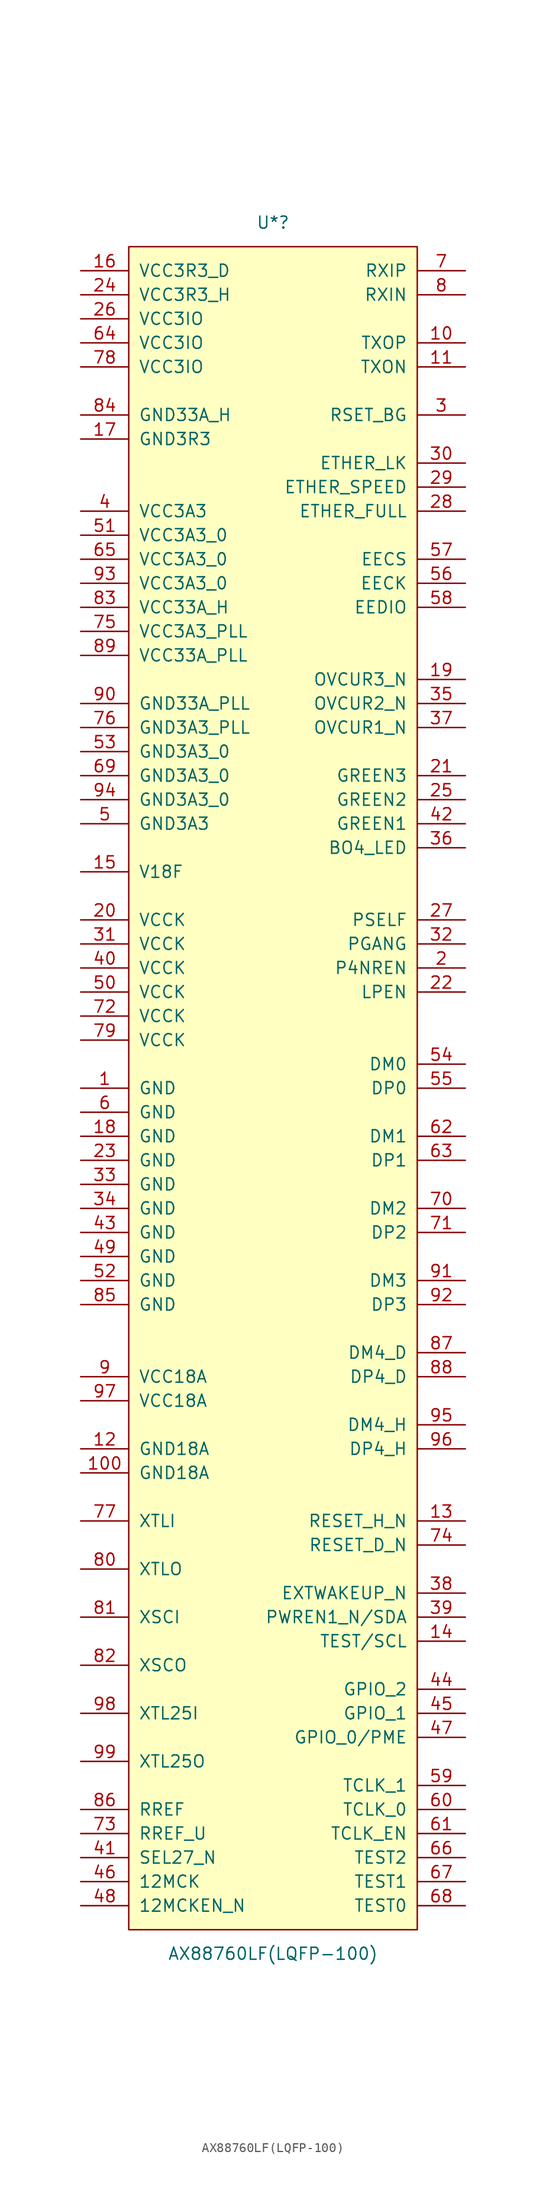
<source format=kicad_sym>
(kicad_symbol_lib
  (version 20220914)
  (generator kicad_symbol_editor)
  (symbol "AX88760LF(LQFP-100)"
    (pin_names
      (offset 1.016))
    (property "Reference" "U*"
      (at 0 91.44 0)
      (effects (font (size 1.27 1.27))))
    (property "Value" "AX88760LF(LQFP-100)"
      (at 0 -91.44 0)
      (effects (font (size 1.27 1.27))))
    (symbol "AX88760LF(LQFP-100)_0_1"
      (rectangle (start -15.24 88.9) (end 15.24 -88.9) (stroke (width 0) (type solid)) (fill (type background))))
    (symbol "AX88760LF(LQFP-100)_1_1"
      (pin power_in line (at -20.32 0 0) (length 5.08) (name "GND" (effects (font (size 1.27 1.27)))) (number "1" (effects (font (size 1.27 1.27)))))
      (pin output line (at 20.32 78.74 180) (length 5.08) (name "TXOP" (effects (font (size 1.27 1.27)))) (number "10" (effects (font (size 1.27 1.27)))))
      (pin power_in line (at -20.32 -40.64 0) (length 5.08) (name "GND18A" (effects (font (size 1.27 1.27)))) (number "100" (effects (font (size 1.27 1.27)))))
      (pin output line (at 20.32 76.2 180) (length 5.08) (name "TXON" (effects (font (size 1.27 1.27)))) (number "11" (effects (font (size 1.27 1.27)))))
      (pin power_in line (at -20.32 -38.1 0) (length 5.08) (name "GND18A" (effects (font (size 1.27 1.27)))) (number "12" (effects (font (size 1.27 1.27)))))
      (pin input line (at 20.32 -45.72 180) (length 5.08) (name "RESET_H_N" (effects (font (size 1.27 1.27)))) (number "13" (effects (font (size 1.27 1.27)))))
      (pin input line (at 20.32 -58.42 180) (length 5.08) (name "TEST/SCL" (effects (font (size 1.27 1.27)))) (number "14" (effects (font (size 1.27 1.27)))))
      (pin power_in line (at -20.32 22.86 0) (length 5.08) (name "V18F" (effects (font (size 1.27 1.27)))) (number "15" (effects (font (size 1.27 1.27)))))
      (pin power_in line (at -20.32 86.36 0) (length 5.08) (name "VCC3R3_D" (effects (font (size 1.27 1.27)))) (number "16" (effects (font (size 1.27 1.27)))))
      (pin power_in line (at -20.32 68.58 0) (length 5.08) (name "GND3R3" (effects (font (size 1.27 1.27)))) (number "17" (effects (font (size 1.27 1.27)))))
      (pin power_in line (at -20.32 -5.08 0) (length 5.08) (name "GND" (effects (font (size 1.27 1.27)))) (number "18" (effects (font (size 1.27 1.27)))))
      (pin output line (at 20.32 43.18 180) (length 5.08) (name "OVCUR3_N" (effects (font (size 1.27 1.27)))) (number "19" (effects (font (size 1.27 1.27)))))
      (pin input line (at 20.32 12.7 180) (length 5.08) (name "P4NREN" (effects (font (size 1.27 1.27)))) (number "2" (effects (font (size 1.27 1.27)))))
      (pin power_in line (at -20.32 17.78 0) (length 5.08) (name "VCCK" (effects (font (size 1.27 1.27)))) (number "20" (effects (font (size 1.27 1.27)))))
      (pin output line (at 20.32 33.02 180) (length 5.08) (name "GREEN3" (effects (font (size 1.27 1.27)))) (number "21" (effects (font (size 1.27 1.27)))))
      (pin input line (at 20.32 10.16 180) (length 5.08) (name "LPEN" (effects (font (size 1.27 1.27)))) (number "22" (effects (font (size 1.27 1.27)))))
      (pin power_in line (at -20.32 -7.62 0) (length 5.08) (name "GND" (effects (font (size 1.27 1.27)))) (number "23" (effects (font (size 1.27 1.27)))))
      (pin power_in line (at -20.32 83.82 0) (length 5.08) (name "VCC3R3_H" (effects (font (size 1.27 1.27)))) (number "24" (effects (font (size 1.27 1.27)))))
      (pin output line (at 20.32 30.48 180) (length 5.08) (name "GREEN2" (effects (font (size 1.27 1.27)))) (number "25" (effects (font (size 1.27 1.27)))))
      (pin power_in line (at -20.32 81.28 0) (length 5.08) (name "VCC3IO" (effects (font (size 1.27 1.27)))) (number "26" (effects (font (size 1.27 1.27)))))
      (pin input line (at 20.32 17.78 180) (length 5.08) (name "PSELF" (effects (font (size 1.27 1.27)))) (number "27" (effects (font (size 1.27 1.27)))))
      (pin input line (at 20.32 60.96 180) (length 5.08) (name "ETHER_FULL" (effects (font (size 1.27 1.27)))) (number "28" (effects (font (size 1.27 1.27)))))
      (pin input line (at 20.32 63.5 180) (length 5.08) (name "ETHER_SPEED" (effects (font (size 1.27 1.27)))) (number "29" (effects (font (size 1.27 1.27)))))
      (pin input line (at 20.32 71.12 180) (length 5.08) (name "RSET_BG" (effects (font (size 1.27 1.27)))) (number "3" (effects (font (size 1.27 1.27)))))
      (pin input line (at 20.32 66.04 180) (length 5.08) (name "ETHER_LK" (effects (font (size 1.27 1.27)))) (number "30" (effects (font (size 1.27 1.27)))))
      (pin power_in line (at -20.32 15.24 0) (length 5.08) (name "VCCK" (effects (font (size 1.27 1.27)))) (number "31" (effects (font (size 1.27 1.27)))))
      (pin input line (at 20.32 15.24 180) (length 5.08) (name "PGANG" (effects (font (size 1.27 1.27)))) (number "32" (effects (font (size 1.27 1.27)))))
      (pin power_in line (at -20.32 -10.16 0) (length 5.08) (name "GND" (effects (font (size 1.27 1.27)))) (number "33" (effects (font (size 1.27 1.27)))))
      (pin power_in line (at -20.32 -12.7 0) (length 5.08) (name "GND" (effects (font (size 1.27 1.27)))) (number "34" (effects (font (size 1.27 1.27)))))
      (pin output line (at 20.32 40.64 180) (length 5.08) (name "OVCUR2_N" (effects (font (size 1.27 1.27)))) (number "35" (effects (font (size 1.27 1.27)))))
      (pin output line (at 20.32 25.4 180) (length 5.08) (name "BO4_LED" (effects (font (size 1.27 1.27)))) (number "36" (effects (font (size 1.27 1.27)))))
      (pin output line (at 20.32 38.1 180) (length 5.08) (name "OVCUR1_N" (effects (font (size 1.27 1.27)))) (number "37" (effects (font (size 1.27 1.27)))))
      (pin input line (at 20.32 -53.34 180) (length 5.08) (name "EXTWAKEUP_N" (effects (font (size 1.27 1.27)))) (number "38" (effects (font (size 1.27 1.27)))))
      (pin bidirectional line (at 20.32 -55.88 180) (length 5.08) (name "PWREN1_N/SDA" (effects (font (size 1.27 1.27)))) (number "39" (effects (font (size 1.27 1.27)))))
      (pin power_in line (at -20.32 60.96 0) (length 5.08) (name "VCC3A3" (effects (font (size 1.27 1.27)))) (number "4" (effects (font (size 1.27 1.27)))))
      (pin power_in line (at -20.32 12.7 0) (length 5.08) (name "VCCK" (effects (font (size 1.27 1.27)))) (number "40" (effects (font (size 1.27 1.27)))))
      (pin input line (at -20.32 -81.28 0) (length 5.08) (name "SEL27_N" (effects (font (size 1.27 1.27)))) (number "41" (effects (font (size 1.27 1.27)))))
      (pin output line (at 20.32 27.94 180) (length 5.08) (name "GREEN1" (effects (font (size 1.27 1.27)))) (number "42" (effects (font (size 1.27 1.27)))))
      (pin power_in line (at -20.32 -15.24 0) (length 5.08) (name "GND" (effects (font (size 1.27 1.27)))) (number "43" (effects (font (size 1.27 1.27)))))
      (pin bidirectional line (at 20.32 -63.5 180) (length 5.08) (name "GPIO_2" (effects (font (size 1.27 1.27)))) (number "44" (effects (font (size 1.27 1.27)))))
      (pin bidirectional line (at 20.32 -66.04 180) (length 5.08) (name "GPIO_1" (effects (font (size 1.27 1.27)))) (number "45" (effects (font (size 1.27 1.27)))))
      (pin input line (at -20.32 -83.82 0) (length 5.08) (name "12MCK" (effects (font (size 1.27 1.27)))) (number "46" (effects (font (size 1.27 1.27)))))
      (pin bidirectional line (at 20.32 -68.58 180) (length 5.08) (name "GPIO_0/PME" (effects (font (size 1.27 1.27)))) (number "47" (effects (font (size 1.27 1.27)))))
      (pin input line (at -20.32 -86.36 0) (length 5.08) (name "12MCKEN_N" (effects (font (size 1.27 1.27)))) (number "48" (effects (font (size 1.27 1.27)))))
      (pin power_in line (at -20.32 -17.78 0) (length 5.08) (name "GND" (effects (font (size 1.27 1.27)))) (number "49" (effects (font (size 1.27 1.27)))))
      (pin power_in line (at -20.32 27.94 0) (length 5.08) (name "GND3A3" (effects (font (size 1.27 1.27)))) (number "5" (effects (font (size 1.27 1.27)))))
      (pin power_in line (at -20.32 10.16 0) (length 5.08) (name "VCCK" (effects (font (size 1.27 1.27)))) (number "50" (effects (font (size 1.27 1.27)))))
      (pin power_in line (at -20.32 58.42 0) (length 5.08) (name "VCC3A3_0" (effects (font (size 1.27 1.27)))) (number "51" (effects (font (size 1.27 1.27)))))
      (pin power_in line (at -20.32 -20.32 0) (length 5.08) (name "GND" (effects (font (size 1.27 1.27)))) (number "52" (effects (font (size 1.27 1.27)))))
      (pin power_in line (at -20.32 35.56 0) (length 5.08) (name "GND3A3_0" (effects (font (size 1.27 1.27)))) (number "53" (effects (font (size 1.27 1.27)))))
      (pin bidirectional line (at 20.32 2.54 180) (length 5.08) (name "DM0" (effects (font (size 1.27 1.27)))) (number "54" (effects (font (size 1.27 1.27)))))
      (pin bidirectional line (at 20.32 0 180) (length 5.08) (name "DP0" (effects (font (size 1.27 1.27)))) (number "55" (effects (font (size 1.27 1.27)))))
      (pin output line (at 20.32 53.34 180) (length 5.08) (name "EECK" (effects (font (size 1.27 1.27)))) (number "56" (effects (font (size 1.27 1.27)))))
      (pin output line (at 20.32 55.88 180) (length 5.08) (name "EECS" (effects (font (size 1.27 1.27)))) (number "57" (effects (font (size 1.27 1.27)))))
      (pin bidirectional line (at 20.32 50.8 180) (length 5.08) (name "EEDIO" (effects (font (size 1.27 1.27)))) (number "58" (effects (font (size 1.27 1.27)))))
      (pin output line (at 20.32 -73.66 180) (length 5.08) (name "TCLK_1" (effects (font (size 1.27 1.27)))) (number "59" (effects (font (size 1.27 1.27)))))
      (pin power_in line (at -20.32 -2.54 0) (length 5.08) (name "GND" (effects (font (size 1.27 1.27)))) (number "6" (effects (font (size 1.27 1.27)))))
      (pin output line (at 20.32 -76.2 180) (length 5.08) (name "TCLK_0" (effects (font (size 1.27 1.27)))) (number "60" (effects (font (size 1.27 1.27)))))
      (pin input line (at 20.32 -78.74 180) (length 5.08) (name "TCLK_EN" (effects (font (size 1.27 1.27)))) (number "61" (effects (font (size 1.27 1.27)))))
      (pin bidirectional line (at 20.32 -5.08 180) (length 5.08) (name "DM1" (effects (font (size 1.27 1.27)))) (number "62" (effects (font (size 1.27 1.27)))))
      (pin bidirectional line (at 20.32 -7.62 180) (length 5.08) (name "DP1" (effects (font (size 1.27 1.27)))) (number "63" (effects (font (size 1.27 1.27)))))
      (pin power_in line (at -20.32 78.74 0) (length 5.08) (name "VCC3IO" (effects (font (size 1.27 1.27)))) (number "64" (effects (font (size 1.27 1.27)))))
      (pin power_in line (at -20.32 55.88 0) (length 5.08) (name "VCC3A3_0" (effects (font (size 1.27 1.27)))) (number "65" (effects (font (size 1.27 1.27)))))
      (pin input line (at 20.32 -81.28 180) (length 5.08) (name "TEST2" (effects (font (size 1.27 1.27)))) (number "66" (effects (font (size 1.27 1.27)))))
      (pin input line (at 20.32 -83.82 180) (length 5.08) (name "TEST1" (effects (font (size 1.27 1.27)))) (number "67" (effects (font (size 1.27 1.27)))))
      (pin input line (at 20.32 -86.36 180) (length 5.08) (name "TEST0" (effects (font (size 1.27 1.27)))) (number "68" (effects (font (size 1.27 1.27)))))
      (pin power_in line (at -20.32 33.02 0) (length 5.08) (name "GND3A3_0" (effects (font (size 1.27 1.27)))) (number "69" (effects (font (size 1.27 1.27)))))
      (pin input line (at 20.32 86.36 180) (length 5.08) (name "RXIP" (effects (font (size 1.27 1.27)))) (number "7" (effects (font (size 1.27 1.27)))))
      (pin bidirectional line (at 20.32 -12.7 180) (length 5.08) (name "DM2" (effects (font (size 1.27 1.27)))) (number "70" (effects (font (size 1.27 1.27)))))
      (pin bidirectional line (at 20.32 -15.24 180) (length 5.08) (name "DP2" (effects (font (size 1.27 1.27)))) (number "71" (effects (font (size 1.27 1.27)))))
      (pin power_in line (at -20.32 7.62 0) (length 5.08) (name "VCCK" (effects (font (size 1.27 1.27)))) (number "72" (effects (font (size 1.27 1.27)))))
      (pin input line (at -20.32 -78.74 0) (length 5.08) (name "RREF_U" (effects (font (size 1.27 1.27)))) (number "73" (effects (font (size 1.27 1.27)))))
      (pin input line (at 20.32 -48.26 180) (length 5.08) (name "RESET_D_N" (effects (font (size 1.27 1.27)))) (number "74" (effects (font (size 1.27 1.27)))))
      (pin power_in line (at -20.32 48.26 0) (length 5.08) (name "VCC3A3_PLL" (effects (font (size 1.27 1.27)))) (number "75" (effects (font (size 1.27 1.27)))))
      (pin power_in line (at -20.32 38.1 0) (length 5.08) (name "GND3A3_PLL" (effects (font (size 1.27 1.27)))) (number "76" (effects (font (size 1.27 1.27)))))
      (pin input line (at -20.32 -45.72 0) (length 5.08) (name "XTLI" (effects (font (size 1.27 1.27)))) (number "77" (effects (font (size 1.27 1.27)))))
      (pin power_in line (at -20.32 76.2 0) (length 5.08) (name "VCC3IO" (effects (font (size 1.27 1.27)))) (number "78" (effects (font (size 1.27 1.27)))))
      (pin power_in line (at -20.32 5.08 0) (length 5.08) (name "VCCK" (effects (font (size 1.27 1.27)))) (number "79" (effects (font (size 1.27 1.27)))))
      (pin input line (at 20.32 83.82 180) (length 5.08) (name "RXIN" (effects (font (size 1.27 1.27)))) (number "8" (effects (font (size 1.27 1.27)))))
      (pin output line (at -20.32 -50.8 0) (length 5.08) (name "XTLO" (effects (font (size 1.27 1.27)))) (number "80" (effects (font (size 1.27 1.27)))))
      (pin input line (at -20.32 -55.88 0) (length 5.08) (name "XSCI" (effects (font (size 1.27 1.27)))) (number "81" (effects (font (size 1.27 1.27)))))
      (pin output line (at -20.32 -60.96 0) (length 5.08) (name "XSCO" (effects (font (size 1.27 1.27)))) (number "82" (effects (font (size 1.27 1.27)))))
      (pin power_in line (at -20.32 50.8 0) (length 5.08) (name "VCC33A_H" (effects (font (size 1.27 1.27)))) (number "83" (effects (font (size 1.27 1.27)))))
      (pin power_in line (at -20.32 71.12 0) (length 5.08) (name "GND33A_H" (effects (font (size 1.27 1.27)))) (number "84" (effects (font (size 1.27 1.27)))))
      (pin power_in line (at -20.32 -22.86 0) (length 5.08) (name "GND" (effects (font (size 1.27 1.27)))) (number "85" (effects (font (size 1.27 1.27)))))
      (pin input line (at -20.32 -76.2 0) (length 5.08) (name "RREF" (effects (font (size 1.27 1.27)))) (number "86" (effects (font (size 1.27 1.27)))))
      (pin bidirectional line (at 20.32 -27.94 180) (length 5.08) (name "DM4_D" (effects (font (size 1.27 1.27)))) (number "87" (effects (font (size 1.27 1.27)))))
      (pin bidirectional line (at 20.32 -30.48 180) (length 5.08) (name "DP4_D" (effects (font (size 1.27 1.27)))) (number "88" (effects (font (size 1.27 1.27)))))
      (pin power_in line (at -20.32 45.72 0) (length 5.08) (name "VCC33A_PLL" (effects (font (size 1.27 1.27)))) (number "89" (effects (font (size 1.27 1.27)))))
      (pin power_in line (at -20.32 -30.48 0) (length 5.08) (name "VCC18A" (effects (font (size 1.27 1.27)))) (number "9" (effects (font (size 1.27 1.27)))))
      (pin power_in line (at -20.32 40.64 0) (length 5.08) (name "GND33A_PLL" (effects (font (size 1.27 1.27)))) (number "90" (effects (font (size 1.27 1.27)))))
      (pin bidirectional line (at 20.32 -20.32 180) (length 5.08) (name "DM3" (effects (font (size 1.27 1.27)))) (number "91" (effects (font (size 1.27 1.27)))))
      (pin bidirectional line (at 20.32 -22.86 180) (length 5.08) (name "DP3" (effects (font (size 1.27 1.27)))) (number "92" (effects (font (size 1.27 1.27)))))
      (pin power_in line (at -20.32 53.34 0) (length 5.08) (name "VCC3A3_0" (effects (font (size 1.27 1.27)))) (number "93" (effects (font (size 1.27 1.27)))))
      (pin power_in line (at -20.32 30.48 0) (length 5.08) (name "GND3A3_0" (effects (font (size 1.27 1.27)))) (number "94" (effects (font (size 1.27 1.27)))))
      (pin bidirectional line (at 20.32 -35.56 180) (length 5.08) (name "DM4_H" (effects (font (size 1.27 1.27)))) (number "95" (effects (font (size 1.27 1.27)))))
      (pin bidirectional line (at 20.32 -38.1 180) (length 5.08) (name "DP4_H" (effects (font (size 1.27 1.27)))) (number "96" (effects (font (size 1.27 1.27)))))
      (pin power_in line (at -20.32 -33.02 0) (length 5.08) (name "VCC18A" (effects (font (size 1.27 1.27)))) (number "97" (effects (font (size 1.27 1.27)))))
      (pin input line (at -20.32 -66.04 0) (length 5.08) (name "XTL25I" (effects (font (size 1.27 1.27)))) (number "98" (effects (font (size 1.27 1.27)))))
      (pin input line (at -20.32 -71.12 0) (length 5.08) (name "XTL25O" (effects (font (size 1.27 1.27)))) (number "99" (effects (font (size 1.27 1.27))))))))
</source>
